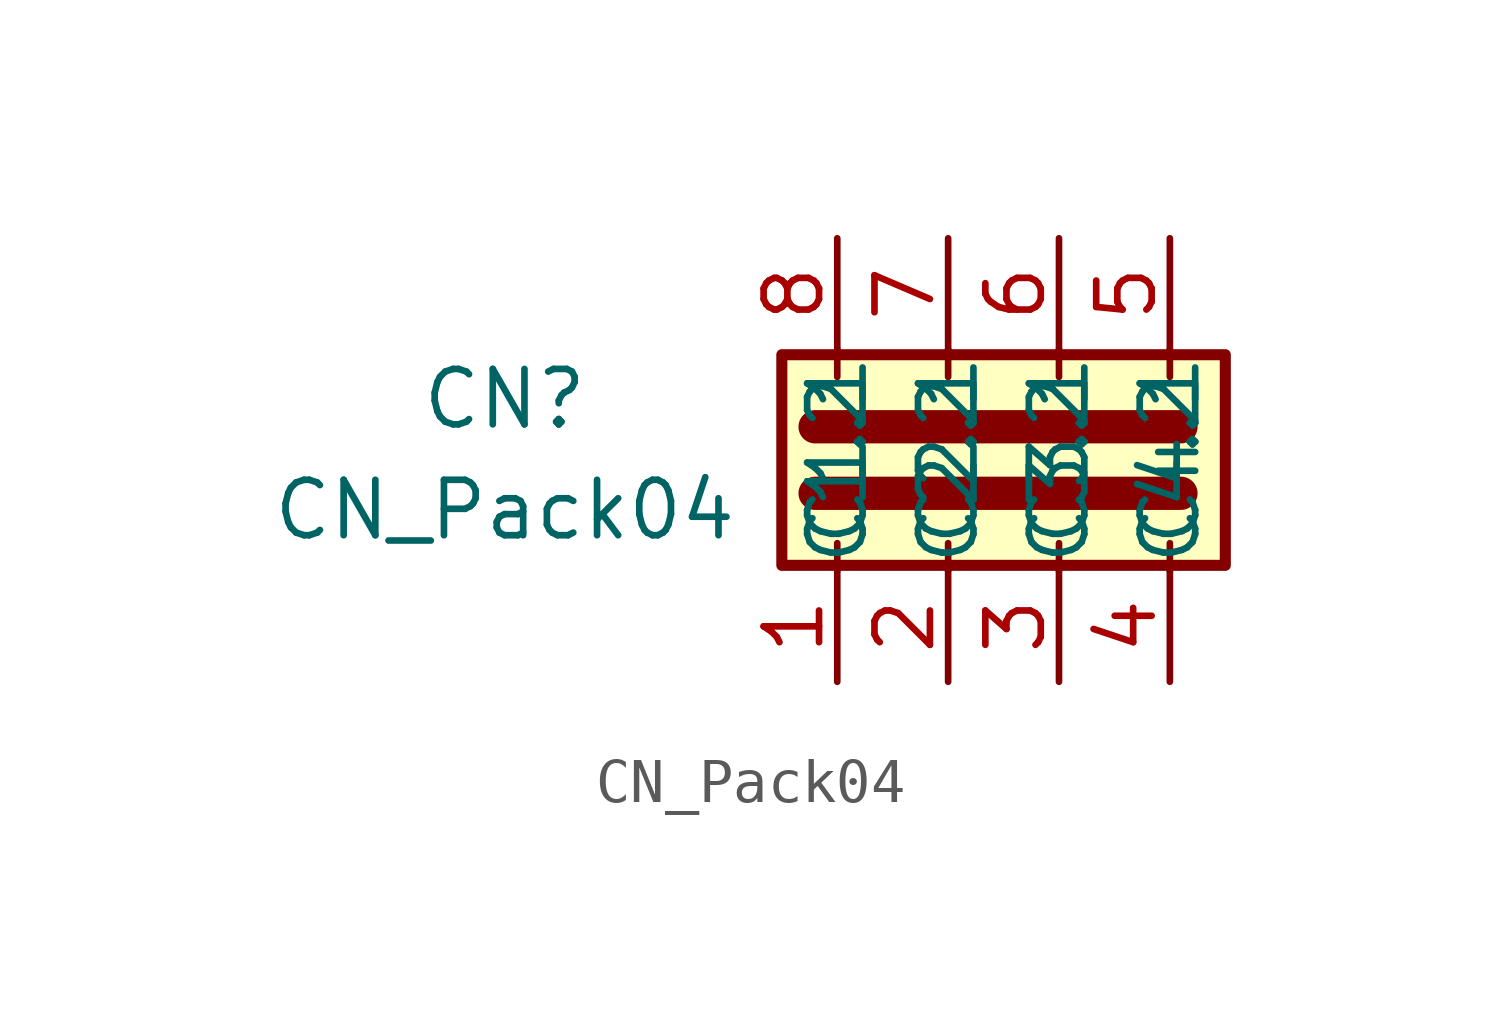
<source format=kicad_sym>
(kicad_symbol_lib
  (version 20211014)
  (generator kicad_symbol_editor)
  (symbol "CN_Pack04"
    (property "Reference" "CN"
      (at 0 1.27 0)
      (effects (font (size 1.27 1.27))))
    (property "Value" "CN_Pack04"
      (at 0 -1.27 0)
      (effects (font (size 1.27 1.27))))
    (symbol "CN_Pack04_0_1"
      (polyline (pts (xy 7.112 -0.889) (xy 15.494 -0.889)) (stroke (width 0.762) (type default) (color 0 0 0 0)) (fill (type none)))
      (polyline (pts (xy 7.62 -2.667) (xy 7.62 -2.032)) (stroke (width 0) (type default) (color 0 0 0 0)) (fill (type none)))
      (polyline (pts (xy 7.62 1.778) (xy 7.62 2.413)) (stroke (width 0) (type default) (color 0 0 0 0)) (fill (type none)))
      (polyline (pts (xy 10.16 -2.667) (xy 10.16 -2.032)) (stroke (width 0) (type default) (color 0 0 0 0)) (fill (type none)))
      (polyline (pts (xy 10.16 1.778) (xy 10.16 2.413)) (stroke (width 0) (type default) (color 0 0 0 0)) (fill (type none)))
      (polyline (pts (xy 12.7 -2.667) (xy 12.7 -2.032)) (stroke (width 0) (type default) (color 0 0 0 0)) (fill (type none)))
      (polyline (pts (xy 12.7 1.778) (xy 12.7 2.413)) (stroke (width 0) (type default) (color 0 0 0 0)) (fill (type none)))
      (polyline (pts (xy 15.24 -2.667) (xy 15.24 -2.032)) (stroke (width 0) (type default) (color 0 0 0 0)) (fill (type none)))
      (polyline (pts (xy 15.24 1.778) (xy 15.24 2.413)) (stroke (width 0) (type default) (color 0 0 0 0)) (fill (type none)))
      (polyline (pts (xy 7.112 0.635) (xy 15.494 0.635) (xy 15.24 0.635)) (stroke (width 0.762) (type default) (color 0 0 0 0)) (fill (type none)))
      (rectangle (start 6.35 -2.54) (end 16.51 2.286) (stroke (width 0.254) (type default) (color 0 0 0 0)) (fill (type background))))
    (symbol "CN_Pack04_1_1"
      (pin passive line (at 7.62 -5.207 90) (length 2.54) (name "C1.1" (effects (font (size 1.27 1.27)))) (number "1" (effects (font (size 1.27 1.27)))))
      (pin passive line (at 10.16 -5.207 90) (length 2.54) (name "C2.1" (effects (font (size 1.27 1.27)))) (number "2" (effects (font (size 1.27 1.27)))))
      (pin passive line (at 12.7 -5.207 90) (length 2.54) (name "C3.1" (effects (font (size 1.27 1.27)))) (number "3" (effects (font (size 1.27 1.27)))))
      (pin passive line (at 15.24 -5.207 90) (length 2.54) (name "C4.1" (effects (font (size 1.27 1.27)))) (number "4" (effects (font (size 1.27 1.27)))))
      (pin passive line (at 15.24 4.953 270) (length 2.54) (name "C4.2" (effects (font (size 1.27 1.27)))) (number "5" (effects (font (size 1.27 1.27)))))
      (pin passive line (at 12.7 4.953 270) (length 2.54) (name "C3.2" (effects (font (size 1.27 1.27)))) (number "6" (effects (font (size 1.27 1.27)))))
      (pin passive line (at 10.16 4.953 270) (length 2.54) (name "C2.2" (effects (font (size 1.27 1.27)))) (number "7" (effects (font (size 1.27 1.27)))))
      (pin passive line (at 7.62 4.953 270) (length 2.54) (name "C1.2" (effects (font (size 1.27 1.27)))) (number "8" (effects (font (size 1.27 1.27))))))))
</source>
